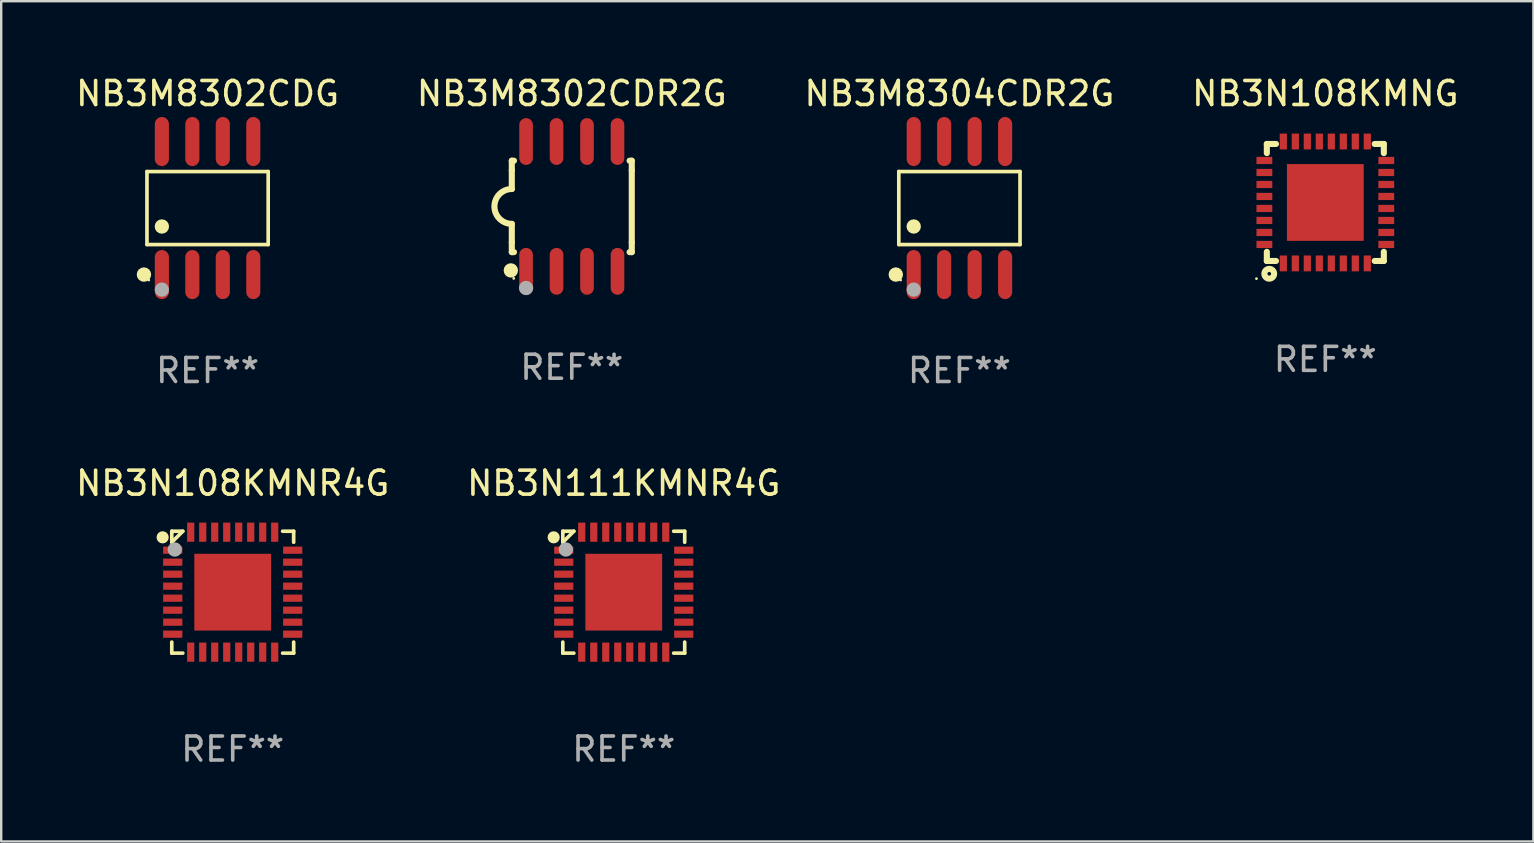
<source format=kicad_pcb>
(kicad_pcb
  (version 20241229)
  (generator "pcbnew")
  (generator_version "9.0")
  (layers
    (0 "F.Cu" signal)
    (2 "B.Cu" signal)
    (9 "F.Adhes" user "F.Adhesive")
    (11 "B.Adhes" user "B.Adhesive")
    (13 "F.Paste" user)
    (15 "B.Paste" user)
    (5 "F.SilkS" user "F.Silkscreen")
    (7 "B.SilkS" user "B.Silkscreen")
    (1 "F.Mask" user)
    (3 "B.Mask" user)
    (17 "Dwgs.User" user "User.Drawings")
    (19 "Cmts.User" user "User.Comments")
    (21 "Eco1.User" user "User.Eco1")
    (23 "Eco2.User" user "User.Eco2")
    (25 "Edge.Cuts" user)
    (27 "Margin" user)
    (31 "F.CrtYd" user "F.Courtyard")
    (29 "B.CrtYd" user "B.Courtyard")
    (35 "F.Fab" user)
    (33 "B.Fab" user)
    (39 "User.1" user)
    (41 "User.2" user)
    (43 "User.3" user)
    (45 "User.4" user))
  (footprint "NB3N108KMNR4G"
    (layer "F.Cu")
    (at 6.649 21.63)
    (property "Reference" "NB3N108KMNR4G" (at 0 -4.54 0) (layer "F.SilkS") (effects (font (size 1 1) (thickness 0.15))))
    (attr through_hole)
    (fp_line (start -2.54 -2.54) (end -2.08 -2.54) (stroke (width 0.152) (type solid)) (layer "F.SilkS"))
    (fp_line (start -2.54 -2.08) (end -2.54 -2.54) (stroke (width 0.152) (type solid)) (layer "F.SilkS"))
    (fp_line (start -2.54 -2.08) (end -2.08 -2.54) (stroke (width 0.152) (type solid)) (layer "F.SilkS"))
    (fp_line (start -2.54 2.54) (end -2.54 2.08) (stroke (width 0.152) (type solid)) (layer "F.SilkS"))
    (fp_line (start -2.08 2.54) (end -2.54 2.54) (stroke (width 0.152) (type solid)) (layer "F.SilkS"))
    (fp_line (start 2.08 -2.54) (end 2.54 -2.54) (stroke (width 0.152) (type solid)) (layer "F.SilkS"))
    (fp_line (start 2.54 -2.54) (end 2.54 -2.08) (stroke (width 0.152) (type solid)) (layer "F.SilkS"))
    (fp_line (start 2.54 2.08) (end 2.54 2.54) (stroke (width 0.152) (type solid)) (layer "F.SilkS"))
    (fp_line (start 2.54 2.54) (end 2.08 2.54) (stroke (width 0.152) (type solid)) (layer "F.SilkS"))
    (fp_circle (center -2.921 -2.286) (end -2.794 -2.286) (stroke (width 0.254) (type solid)) (fill no) (layer "F.SilkS"))
    (fp_circle (center -2.5 -2.5) (end -2.47 -2.5) (stroke (width 0.06) (type solid)) (fill no) (layer "F.SilkS"))
    (fp_circle (center -2.413 -1.778) (end -2.263 -1.778) (stroke (width 0.3) (type solid)) (fill no) (layer "F.Fab"))
    (fp_text user "REF**" (at 0 6.54 0) (layer "F.Fab") (effects (font (size 1 1) (thickness 0.15))))
    (pad "1" smd rect (at -2.5 -1.75 90) (size 0.3 0.8) (layers "F.Cu" "F.Mask" "F.Paste"))
    (pad "2" smd rect (at -2.5 -1.25 90) (size 0.3 0.8) (layers "F.Cu" "F.Mask" "F.Paste"))
    (pad "3" smd rect (at -2.5 -0.75 90) (size 0.3 0.8) (layers "F.Cu" "F.Mask" "F.Paste"))
    (pad "4" smd rect (at -2.5 -0.25 90) (size 0.3 0.8) (layers "F.Cu" "F.Mask" "F.Paste"))
    (pad "5" smd rect (at -2.5 0.25 90) (size 0.3 0.8) (layers "F.Cu" "F.Mask" "F.Paste"))
    (pad "6" smd rect (at -2.5 0.75 90) (size 0.3 0.8) (layers "F.Cu" "F.Mask" "F.Paste"))
    (pad "7" smd rect (at -2.5 1.25 90) (size 0.3 0.8) (layers "F.Cu" "F.Mask" "F.Paste"))
    (pad "8" smd rect (at -2.5 1.75 90) (size 0.3 0.8) (layers "F.Cu" "F.Mask" "F.Paste"))
    (pad "9" smd rect (at -1.75 2.5 180) (size 0.3 0.8) (layers "F.Cu" "F.Mask" "F.Paste"))
    (pad "10" smd rect (at -1.25 2.5 180) (size 0.3 0.8) (layers "F.Cu" "F.Mask" "F.Paste"))
    (pad "11" smd rect (at -0.75 2.5 180) (size 0.3 0.8) (layers "F.Cu" "F.Mask" "F.Paste"))
    (pad "12" smd rect (at -0.25 2.5 180) (size 0.3 0.8) (layers "F.Cu" "F.Mask" "F.Paste"))
    (pad "13" smd rect (at 0.25 2.5 180) (size 0.3 0.8) (layers "F.Cu" "F.Mask" "F.Paste"))
    (pad "14" smd rect (at 0.75 2.5 180) (size 0.3 0.8) (layers "F.Cu" "F.Mask" "F.Paste"))
    (pad "15" smd rect (at 1.25 2.5 180) (size 0.3 0.8) (layers "F.Cu" "F.Mask" "F.Paste"))
    (pad "16" smd rect (at 1.75 2.5 180) (size 0.3 0.8) (layers "F.Cu" "F.Mask" "F.Paste"))
    (pad "17" smd rect (at 2.5 1.75 270) (size 0.3 0.8) (layers "F.Cu" "F.Mask" "F.Paste"))
    (pad "18" smd rect (at 2.5 1.25 270) (size 0.3 0.8) (layers "F.Cu" "F.Mask" "F.Paste"))
    (pad "19" smd rect (at 2.5 0.75 270) (size 0.3 0.8) (layers "F.Cu" "F.Mask" "F.Paste"))
    (pad "20" smd rect (at 2.5 0.25 270) (size 0.3 0.8) (layers "F.Cu" "F.Mask" "F.Paste"))
    (pad "21" smd rect (at 2.5 -0.25 270) (size 0.3 0.8) (layers "F.Cu" "F.Mask" "F.Paste"))
    (pad "22" smd rect (at 2.5 -0.75 270) (size 0.3 0.8) (layers "F.Cu" "F.Mask" "F.Paste"))
    (pad "23" smd rect (at 2.5 -1.25 270) (size 0.3 0.8) (layers "F.Cu" "F.Mask" "F.Paste"))
    (pad "24" smd rect (at 2.5 -1.75 270) (size 0.3 0.8) (layers "F.Cu" "F.Mask" "F.Paste"))
    (pad "25" smd rect (at 1.75 -2.5) (size 0.3 0.8) (layers "F.Cu" "F.Mask" "F.Paste"))
    (pad "26" smd rect (at 1.25 -2.5) (size 0.3 0.8) (layers "F.Cu" "F.Mask" "F.Paste"))
    (pad "27" smd rect (at 0.75 -2.5) (size 0.3 0.8) (layers "F.Cu" "F.Mask" "F.Paste"))
    (pad "28" smd rect (at 0.25 -2.5) (size 0.3 0.8) (layers "F.Cu" "F.Mask" "F.Paste"))
    (pad "29" smd rect (at -0.25 -2.5) (size 0.3 0.8) (layers "F.Cu" "F.Mask" "F.Paste"))
    (pad "30" smd rect (at -0.75 -2.5) (size 0.3 0.8) (layers "F.Cu" "F.Mask" "F.Paste"))
    (pad "31" smd rect (at -1.25 -2.5) (size 0.3 0.8) (layers "F.Cu" "F.Mask" "F.Paste"))
    (pad "32" smd rect (at -1.75 -2.5) (size 0.3 0.8) (layers "F.Cu" "F.Mask" "F.Paste"))
    (pad "33" smd rect (at 0 0 90) (size 3.2 3.2) (layers "F.Cu" "F.Mask" "F.Paste")))
  (footprint "NB3M8302CDR2G"
    (layer "F.Cu")
    (at 20.78 5.553)
    (property "Reference" "NB3M8302CDR2G" (at 0 -4.705 0) (layer "F.SilkS") (effects (font (size 1 1) (thickness 0.15))))
    (attr through_hole)
    (fp_line (start -2.5 -1.905) (end -2.409 -1.905) (stroke (width 0.254) (type solid)) (layer "F.SilkS"))
    (fp_line (start -2.5 -1.5) (end -2.5 -1.905) (stroke (width 0.254) (type solid)) (layer "F.SilkS"))
    (fp_line (start -2.5 -1.5) (end -2.5 -0.726) (stroke (width 0.254) (type solid)) (layer "F.SilkS"))
    (fp_line (start -2.5 1.5) (end -2.5 0.727) (stroke (width 0.254) (type solid)) (layer "F.SilkS"))
    (fp_line (start -2.5 1.5) (end -2.5 1.905) (stroke (width 0.254) (type solid)) (layer "F.SilkS"))
    (fp_line (start -2.5 1.905) (end -2.409 1.905) (stroke (width 0.254) (type solid)) (layer "F.SilkS"))
    (fp_line (start 2.5 -1.905) (end 2.409 -1.905) (stroke (width 0.254) (type solid)) (layer "F.SilkS"))
    (fp_line (start 2.5 -1.5) (end 2.5 -1.905) (stroke (width 0.254) (type solid)) (layer "F.SilkS"))
    (fp_line (start 2.5 -1.5) (end 2.5 1.5) (stroke (width 0.254) (type solid)) (layer "F.SilkS"))
    (fp_line (start 2.5 1.5) (end 2.5 1.905) (stroke (width 0.254) (type solid)) (layer "F.SilkS"))
    (fp_line (start 2.5 1.905) (end 2.409 1.905) (stroke (width 0.254) (type solid)) (layer "F.SilkS"))
    (fp_arc (start -2.5 0.726568) (mid -3.220316 -0.0023) (end -2.495097 -0.726289) (stroke (width 0.254001) (type solid)) (layer "F.SilkS"))
    (fp_circle (center -2.54 2.667) (end -2.39 2.667) (stroke (width 0.3) (type solid)) (fill no) (layer "F.SilkS"))
    (fp_circle (center -2.42 3) (end -2.39 3) (stroke (width 0.06) (type solid)) (fill no) (layer "F.SilkS"))
    (fp_circle (center -1.905 3.4) (end -1.755 3.4) (stroke (width 0.3) (type solid)) (fill no) (layer "F.Fab"))
    (fp_text user "REF**" (at 0 6.705 0) (layer "F.Fab") (effects (font (size 1 1) (thickness 0.15))))
    (pad "1" smd oval (at -1.905 2.705) (size 0.568 1.95) (layers "F.Cu" "F.Mask" "F.Paste"))
    (pad "2" smd oval (at -0.635 2.705) (size 0.568 1.95) (layers "F.Cu" "F.Mask" "F.Paste"))
    (pad "3" smd oval (at 0.635 2.705) (size 0.568 1.95) (layers "F.Cu" "F.Mask" "F.Paste"))
    (pad "4" smd oval (at 1.905 2.705) (size 0.568 1.95) (layers "F.Cu" "F.Mask" "F.Paste"))
    (pad "5" smd oval (at 1.905 -2.705) (size 0.568 1.95) (layers "F.Cu" "F.Mask" "F.Paste"))
    (pad "6" smd oval (at 0.635 -2.705) (size 0.568 1.95) (layers "F.Cu" "F.Mask" "F.Paste"))
    (pad "7" smd oval (at -0.635 -2.705) (size 0.568 1.95) (layers "F.Cu" "F.Mask" "F.Paste"))
    (pad "8" smd oval (at -1.905 -2.705) (size 0.568 1.95) (layers "F.Cu" "F.Mask" "F.Paste")))
  (footprint "NB3M8302CDG"
    (layer "F.Cu")
    (at 5.601 5.621)
    (property "Reference" "NB3M8302CDG" (at 0 -4.772 0) (layer "F.SilkS") (effects (font (size 1 1) (thickness 0.15))))
    (attr through_hole)
    (fp_line (start -2.526 -1.521) (end 2.526 -1.521) (stroke (width 0.152) (type solid)) (layer "F.SilkS"))
    (fp_line (start -2.526 1.521) (end -2.526 -1.521) (stroke (width 0.152) (type solid)) (layer "F.SilkS"))
    (fp_line (start 2.526 -1.521) (end 2.526 1.521) (stroke (width 0.152) (type solid)) (layer "F.SilkS"))
    (fp_line (start 2.526 1.521) (end -2.526 1.521) (stroke (width 0.152) (type solid)) (layer "F.SilkS"))
    (fp_circle (center -2.652 2.772) (end -2.501 2.772) (stroke (width 0.3) (type solid)) (fill no) (layer "F.SilkS"))
    (fp_circle (center -2.45 3) (end -2.42 3) (stroke (width 0.06) (type solid)) (fill no) (layer "F.SilkS"))
    (fp_circle (center -1.905 0.769) (end -1.755 0.769) (stroke (width 0.3) (type solid)) (fill no) (layer "F.SilkS"))
    (fp_circle (center -1.905 3.4) (end -1.755 3.4) (stroke (width 0.3) (type solid)) (fill no) (layer "F.Fab"))
    (fp_text user "REF**" (at 0 6.772 0) (layer "F.Fab") (effects (font (size 1 1) (thickness 0.15))))
    (pad "1" smd oval (at -1.905 2.772) (size 0.588 2.045) (layers "F.Cu" "F.Mask" "F.Paste"))
    (pad "2" smd oval (at -0.635 2.772) (size 0.588 2.045) (layers "F.Cu" "F.Mask" "F.Paste"))
    (pad "3" smd oval (at 0.635 2.772) (size 0.588 2.045) (layers "F.Cu" "F.Mask" "F.Paste"))
    (pad "4" smd oval (at 1.905 2.772) (size 0.588 2.045) (layers "F.Cu" "F.Mask" "F.Paste"))
    (pad "5" smd oval (at 1.905 -2.772) (size 0.588 2.045) (layers "F.Cu" "F.Mask" "F.Paste"))
    (pad "6" smd oval (at 0.635 -2.772) (size 0.588 2.045) (layers "F.Cu" "F.Mask" "F.Paste"))
    (pad "7" smd oval (at -0.635 -2.772) (size 0.588 2.045) (layers "F.Cu" "F.Mask" "F.Paste"))
    (pad "8" smd oval (at -1.905 -2.772) (size 0.588 2.045) (layers "F.Cu" "F.Mask" "F.Paste")))
  (footprint "NB3N108KMNG"
    (layer "F.Cu")
    (at 52.185 5.388)
    (property "Reference" "NB3N108KMNG" (at 0 -4.54 0) (layer "F.SilkS") (effects (font (size 1 1) (thickness 0.15))))
    (attr through_hole)
    (fp_line (start -2.438 -2.438) (end -2.057 -2.438) (stroke (width 0.254) (type solid)) (layer "F.SilkS"))
    (fp_line (start -2.438 -2.057) (end -2.438 -2.438) (stroke (width 0.254) (type solid)) (layer "F.SilkS"))
    (fp_line (start -2.438 2.438) (end -2.438 2.057) (stroke (width 0.254) (type solid)) (layer "F.SilkS"))
    (fp_line (start -2.057 2.438) (end -2.438 2.438) (stroke (width 0.254) (type solid)) (layer "F.SilkS"))
    (fp_line (start 2.057 -2.438) (end 2.438 -2.438) (stroke (width 0.254) (type solid)) (layer "F.SilkS"))
    (fp_line (start 2.438 -2.438) (end 2.438 -2.057) (stroke (width 0.254) (type solid)) (layer "F.SilkS"))
    (fp_line (start 2.438 2.057) (end 2.438 2.438) (stroke (width 0.254) (type solid)) (layer "F.SilkS"))
    (fp_line (start 2.438 2.438) (end 2.057 2.438) (stroke (width 0.254) (type solid)) (layer "F.SilkS"))
    (fp_circle (center -2.87 3.175) (end -2.84 3.175) (stroke (width 0.06) (type solid)) (fill no) (layer "F.SilkS"))
    (fp_circle (center -2.337 2.972) (end -2.261 2.972) (stroke (width 0.254) (type solid)) (fill no) (layer "F.SilkS"))
    (fp_text user "REF**" (at 0 6.54 0) (layer "F.Fab") (effects (font (size 1 1) (thickness 0.15))))
    (pad "1" smd rect (at -1.75 2.54 90) (size 0.66 0.3) (layers "F.Cu" "F.Mask" "F.Paste"))
    (pad "2" smd rect (at -1.25 2.54 90) (size 0.66 0.3) (layers "F.Cu" "F.Mask" "F.Paste"))
    (pad "3" smd rect (at -0.75 2.54 90) (size 0.66 0.3) (layers "F.Cu" "F.Mask" "F.Paste"))
    (pad "4" smd rect (at -0.25 2.54 90) (size 0.66 0.3) (layers "F.Cu" "F.Mask" "F.Paste"))
    (pad "5" smd rect (at 0.25 2.54 90) (size 0.66 0.3) (layers "F.Cu" "F.Mask" "F.Paste"))
    (pad "6" smd rect (at 0.75 2.54 90) (size 0.66 0.3) (layers "F.Cu" "F.Mask" "F.Paste"))
    (pad "7" smd rect (at 1.25 2.54 90) (size 0.66 0.3) (layers "F.Cu" "F.Mask" "F.Paste"))
    (pad "8" smd rect (at 1.75 2.54 90) (size 0.66 0.3) (layers "F.Cu" "F.Mask" "F.Paste"))
    (pad "9" smd rect (at 2.54 1.75 90) (size 0.3 0.66) (layers "F.Cu" "F.Mask" "F.Paste"))
    (pad "10" smd rect (at 2.54 1.25 90) (size 0.3 0.66) (layers "F.Cu" "F.Mask" "F.Paste"))
    (pad "11" smd rect (at 2.54 0.75 90) (size 0.3 0.66) (layers "F.Cu" "F.Mask" "F.Paste"))
    (pad "12" smd rect (at 2.54 0.25 90) (size 0.3 0.66) (layers "F.Cu" "F.Mask" "F.Paste"))
    (pad "13" smd rect (at 2.54 -0.25 90) (size 0.3 0.66) (layers "F.Cu" "F.Mask" "F.Paste"))
    (pad "14" smd rect (at 2.54 -0.75 90) (size 0.3 0.66) (layers "F.Cu" "F.Mask" "F.Paste"))
    (pad "15" smd rect (at 2.54 -1.25 90) (size 0.3 0.66) (layers "F.Cu" "F.Mask" "F.Paste"))
    (pad "16" smd rect (at 2.54 -1.75 90) (size 0.3 0.66) (layers "F.Cu" "F.Mask" "F.Paste"))
    (pad "17" smd rect (at 1.75 -2.54 90) (size 0.66 0.3) (layers "F.Cu" "F.Mask" "F.Paste"))
    (pad "18" smd rect (at 1.25 -2.54 90) (size 0.66 0.3) (layers "F.Cu" "F.Mask" "F.Paste"))
    (pad "19" smd rect (at 0.75 -2.54 90) (size 0.66 0.3) (layers "F.Cu" "F.Mask" "F.Paste"))
    (pad "20" smd rect (at 0.25 -2.54 90) (size 0.66 0.3) (layers "F.Cu" "F.Mask" "F.Paste"))
    (pad "21" smd rect (at -0.25 -2.54 90) (size 0.66 0.3) (layers "F.Cu" "F.Mask" "F.Paste"))
    (pad "22" smd rect (at -0.75 -2.54 90) (size 0.66 0.3) (layers "F.Cu" "F.Mask" "F.Paste"))
    (pad "23" smd rect (at -1.25 -2.54 90) (size 0.66 0.3) (layers "F.Cu" "F.Mask" "F.Paste"))
    (pad "24" smd rect (at -1.75 -2.54 90) (size 0.66 0.3) (layers "F.Cu" "F.Mask" "F.Paste"))
    (pad "25" smd rect (at -2.54 -1.75 90) (size 0.3 0.66) (layers "F.Cu" "F.Mask" "F.Paste"))
    (pad "26" smd rect (at -2.54 -1.25 90) (size 0.3 0.66) (layers "F.Cu" "F.Mask" "F.Paste"))
    (pad "27" smd rect (at -2.54 -0.75 90) (size 0.3 0.66) (layers "F.Cu" "F.Mask" "F.Paste"))
    (pad "28" smd rect (at -2.54 -0.25 90) (size 0.3 0.66) (layers "F.Cu" "F.Mask" "F.Paste"))
    (pad "29" smd rect (at -2.54 0.25 90) (size 0.3 0.66) (layers "F.Cu" "F.Mask" "F.Paste"))
    (pad "30" smd rect (at -2.54 0.75 90) (size 0.3 0.66) (layers "F.Cu" "F.Mask" "F.Paste"))
    (pad "31" smd rect (at -2.54 1.25 90) (size 0.3 0.66) (layers "F.Cu" "F.Mask" "F.Paste"))
    (pad "32" smd rect (at -2.54 1.75 90) (size 0.3 0.66) (layers "F.Cu" "F.Mask" "F.Paste"))
    (pad "33" smd rect (at 0 0 90) (size 3.2 3.2) (layers "F.Cu" "F.Mask" "F.Paste")))
  (footprint "NB3M8304CDR2G"
    (layer "F.Cu")
    (at 36.935 5.621)
    (property "Reference" "NB3M8304CDR2G" (at 0 -4.772 0) (layer "F.SilkS") (effects (font (size 1 1) (thickness 0.15))))
    (attr through_hole)
    (fp_line (start -2.526 -1.521) (end 2.526 -1.521) (stroke (width 0.152) (type solid)) (layer "F.SilkS"))
    (fp_line (start -2.526 1.521) (end -2.526 -1.521) (stroke (width 0.152) (type solid)) (layer "F.SilkS"))
    (fp_line (start 2.526 -1.521) (end 2.526 1.521) (stroke (width 0.152) (type solid)) (layer "F.SilkS"))
    (fp_line (start 2.526 1.521) (end -2.526 1.521) (stroke (width 0.152) (type solid)) (layer "F.SilkS"))
    (fp_circle (center -2.652 2.772) (end -2.501 2.772) (stroke (width 0.3) (type solid)) (fill no) (layer "F.SilkS"))
    (fp_circle (center -2.45 3) (end -2.42 3) (stroke (width 0.06) (type solid)) (fill no) (layer "F.SilkS"))
    (fp_circle (center -1.905 0.769) (end -1.755 0.769) (stroke (width 0.3) (type solid)) (fill no) (layer "F.SilkS"))
    (fp_circle (center -1.905 3.4) (end -1.755 3.4) (stroke (width 0.3) (type solid)) (fill no) (layer "F.Fab"))
    (fp_text user "REF**" (at 0 6.772 0) (layer "F.Fab") (effects (font (size 1 1) (thickness 0.15))))
    (pad "1" smd oval (at -1.905 2.772) (size 0.588 2.045) (layers "F.Cu" "F.Mask" "F.Paste"))
    (pad "2" smd oval (at -0.635 2.772) (size 0.588 2.045) (layers "F.Cu" "F.Mask" "F.Paste"))
    (pad "3" smd oval (at 0.635 2.772) (size 0.588 2.045) (layers "F.Cu" "F.Mask" "F.Paste"))
    (pad "4" smd oval (at 1.905 2.772) (size 0.588 2.045) (layers "F.Cu" "F.Mask" "F.Paste"))
    (pad "5" smd oval (at 1.905 -2.772) (size 0.588 2.045) (layers "F.Cu" "F.Mask" "F.Paste"))
    (pad "6" smd oval (at 0.635 -2.772) (size 0.588 2.045) (layers "F.Cu" "F.Mask" "F.Paste"))
    (pad "7" smd oval (at -0.635 -2.772) (size 0.588 2.045) (layers "F.Cu" "F.Mask" "F.Paste"))
    (pad "8" smd oval (at -1.905 -2.772) (size 0.588 2.045) (layers "F.Cu" "F.Mask" "F.Paste")))
  (footprint "NB3N111KMNR4G"
    (layer "F.Cu")
    (at 22.946 21.63)
    (property "Reference" "NB3N111KMNR4G" (at 0 -4.54 0) (layer "F.SilkS") (effects (font (size 1 1) (thickness 0.15))))
    (attr through_hole)
    (fp_line (start -2.54 -2.54) (end -2.08 -2.54) (stroke (width 0.152) (type solid)) (layer "F.SilkS"))
    (fp_line (start -2.54 -2.08) (end -2.54 -2.54) (stroke (width 0.152) (type solid)) (layer "F.SilkS"))
    (fp_line (start -2.54 -2.08) (end -2.08 -2.54) (stroke (width 0.152) (type solid)) (layer "F.SilkS"))
    (fp_line (start -2.54 2.54) (end -2.54 2.08) (stroke (width 0.152) (type solid)) (layer "F.SilkS"))
    (fp_line (start -2.08 2.54) (end -2.54 2.54) (stroke (width 0.152) (type solid)) (layer "F.SilkS"))
    (fp_line (start 2.08 -2.54) (end 2.54 -2.54) (stroke (width 0.152) (type solid)) (layer "F.SilkS"))
    (fp_line (start 2.54 -2.54) (end 2.54 -2.08) (stroke (width 0.152) (type solid)) (layer "F.SilkS"))
    (fp_line (start 2.54 2.08) (end 2.54 2.54) (stroke (width 0.152) (type solid)) (layer "F.SilkS"))
    (fp_line (start 2.54 2.54) (end 2.08 2.54) (stroke (width 0.152) (type solid)) (layer "F.SilkS"))
    (fp_circle (center -2.921 -2.286) (end -2.794 -2.286) (stroke (width 0.254) (type solid)) (fill no) (layer "F.SilkS"))
    (fp_circle (center -2.5 -2.5) (end -2.47 -2.5) (stroke (width 0.06) (type solid)) (fill no) (layer "F.SilkS"))
    (fp_circle (center -2.413 -1.778) (end -2.263 -1.778) (stroke (width 0.3) (type solid)) (fill no) (layer "F.Fab"))
    (fp_text user "REF**" (at 0 6.54 0) (layer "F.Fab") (effects (font (size 1 1) (thickness 0.15))))
    (pad "1" smd rect (at -2.5 -1.75 90) (size 0.3 0.8) (layers "F.Cu" "F.Mask" "F.Paste"))
    (pad "2" smd rect (at -2.5 -1.25 90) (size 0.3 0.8) (layers "F.Cu" "F.Mask" "F.Paste"))
    (pad "3" smd rect (at -2.5 -0.75 90) (size 0.3 0.8) (layers "F.Cu" "F.Mask" "F.Paste"))
    (pad "4" smd rect (at -2.5 -0.25 90) (size 0.3 0.8) (layers "F.Cu" "F.Mask" "F.Paste"))
    (pad "5" smd rect (at -2.5 0.25 90) (size 0.3 0.8) (layers "F.Cu" "F.Mask" "F.Paste"))
    (pad "6" smd rect (at -2.5 0.75 90) (size 0.3 0.8) (layers "F.Cu" "F.Mask" "F.Paste"))
    (pad "7" smd rect (at -2.5 1.25 90) (size 0.3 0.8) (layers "F.Cu" "F.Mask" "F.Paste"))
    (pad "8" smd rect (at -2.5 1.75 90) (size 0.3 0.8) (layers "F.Cu" "F.Mask" "F.Paste"))
    (pad "9" smd rect (at -1.75 2.5 180) (size 0.3 0.8) (layers "F.Cu" "F.Mask" "F.Paste"))
    (pad "10" smd rect (at -1.25 2.5 180) (size 0.3 0.8) (layers "F.Cu" "F.Mask" "F.Paste"))
    (pad "11" smd rect (at -0.75 2.5 180) (size 0.3 0.8) (layers "F.Cu" "F.Mask" "F.Paste"))
    (pad "12" smd rect (at -0.25 2.5 180) (size 0.3 0.8) (layers "F.Cu" "F.Mask" "F.Paste"))
    (pad "13" smd rect (at 0.25 2.5 180) (size 0.3 0.8) (layers "F.Cu" "F.Mask" "F.Paste"))
    (pad "14" smd rect (at 0.75 2.5 180) (size 0.3 0.8) (layers "F.Cu" "F.Mask" "F.Paste"))
    (pad "15" smd rect (at 1.25 2.5 180) (size 0.3 0.8) (layers "F.Cu" "F.Mask" "F.Paste"))
    (pad "16" smd rect (at 1.75 2.5 180) (size 0.3 0.8) (layers "F.Cu" "F.Mask" "F.Paste"))
    (pad "17" smd rect (at 2.5 1.75 270) (size 0.3 0.8) (layers "F.Cu" "F.Mask" "F.Paste"))
    (pad "18" smd rect (at 2.5 1.25 270) (size 0.3 0.8) (layers "F.Cu" "F.Mask" "F.Paste"))
    (pad "19" smd rect (at 2.5 0.75 270) (size 0.3 0.8) (layers "F.Cu" "F.Mask" "F.Paste"))
    (pad "20" smd rect (at 2.5 0.25 270) (size 0.3 0.8) (layers "F.Cu" "F.Mask" "F.Paste"))
    (pad "21" smd rect (at 2.5 -0.25 270) (size 0.3 0.8) (layers "F.Cu" "F.Mask" "F.Paste"))
    (pad "22" smd rect (at 2.5 -0.75 270) (size 0.3 0.8) (layers "F.Cu" "F.Mask" "F.Paste"))
    (pad "23" smd rect (at 2.5 -1.25 270) (size 0.3 0.8) (layers "F.Cu" "F.Mask" "F.Paste"))
    (pad "24" smd rect (at 2.5 -1.75 270) (size 0.3 0.8) (layers "F.Cu" "F.Mask" "F.Paste"))
    (pad "25" smd rect (at 1.75 -2.5) (size 0.3 0.8) (layers "F.Cu" "F.Mask" "F.Paste"))
    (pad "26" smd rect (at 1.25 -2.5) (size 0.3 0.8) (layers "F.Cu" "F.Mask" "F.Paste"))
    (pad "27" smd rect (at 0.75 -2.5) (size 0.3 0.8) (layers "F.Cu" "F.Mask" "F.Paste"))
    (pad "28" smd rect (at 0.25 -2.5) (size 0.3 0.8) (layers "F.Cu" "F.Mask" "F.Paste"))
    (pad "29" smd rect (at -0.25 -2.5) (size 0.3 0.8) (layers "F.Cu" "F.Mask" "F.Paste"))
    (pad "30" smd rect (at -0.75 -2.5) (size 0.3 0.8) (layers "F.Cu" "F.Mask" "F.Paste"))
    (pad "31" smd rect (at -1.25 -2.5) (size 0.3 0.8) (layers "F.Cu" "F.Mask" "F.Paste"))
    (pad "32" smd rect (at -1.75 -2.5) (size 0.3 0.8) (layers "F.Cu" "F.Mask" "F.Paste"))
    (pad "33" smd rect (at 0 0 90) (size 3.2 3.2) (layers "F.Cu" "F.Mask" "F.Paste")))
  (gr_rect
    (start -3 -3)
    (end 60.857 32.018)
    (stroke (width 0.1) (type default))
    (fill no)
    (layer "Edge.Cuts")))
</source>
